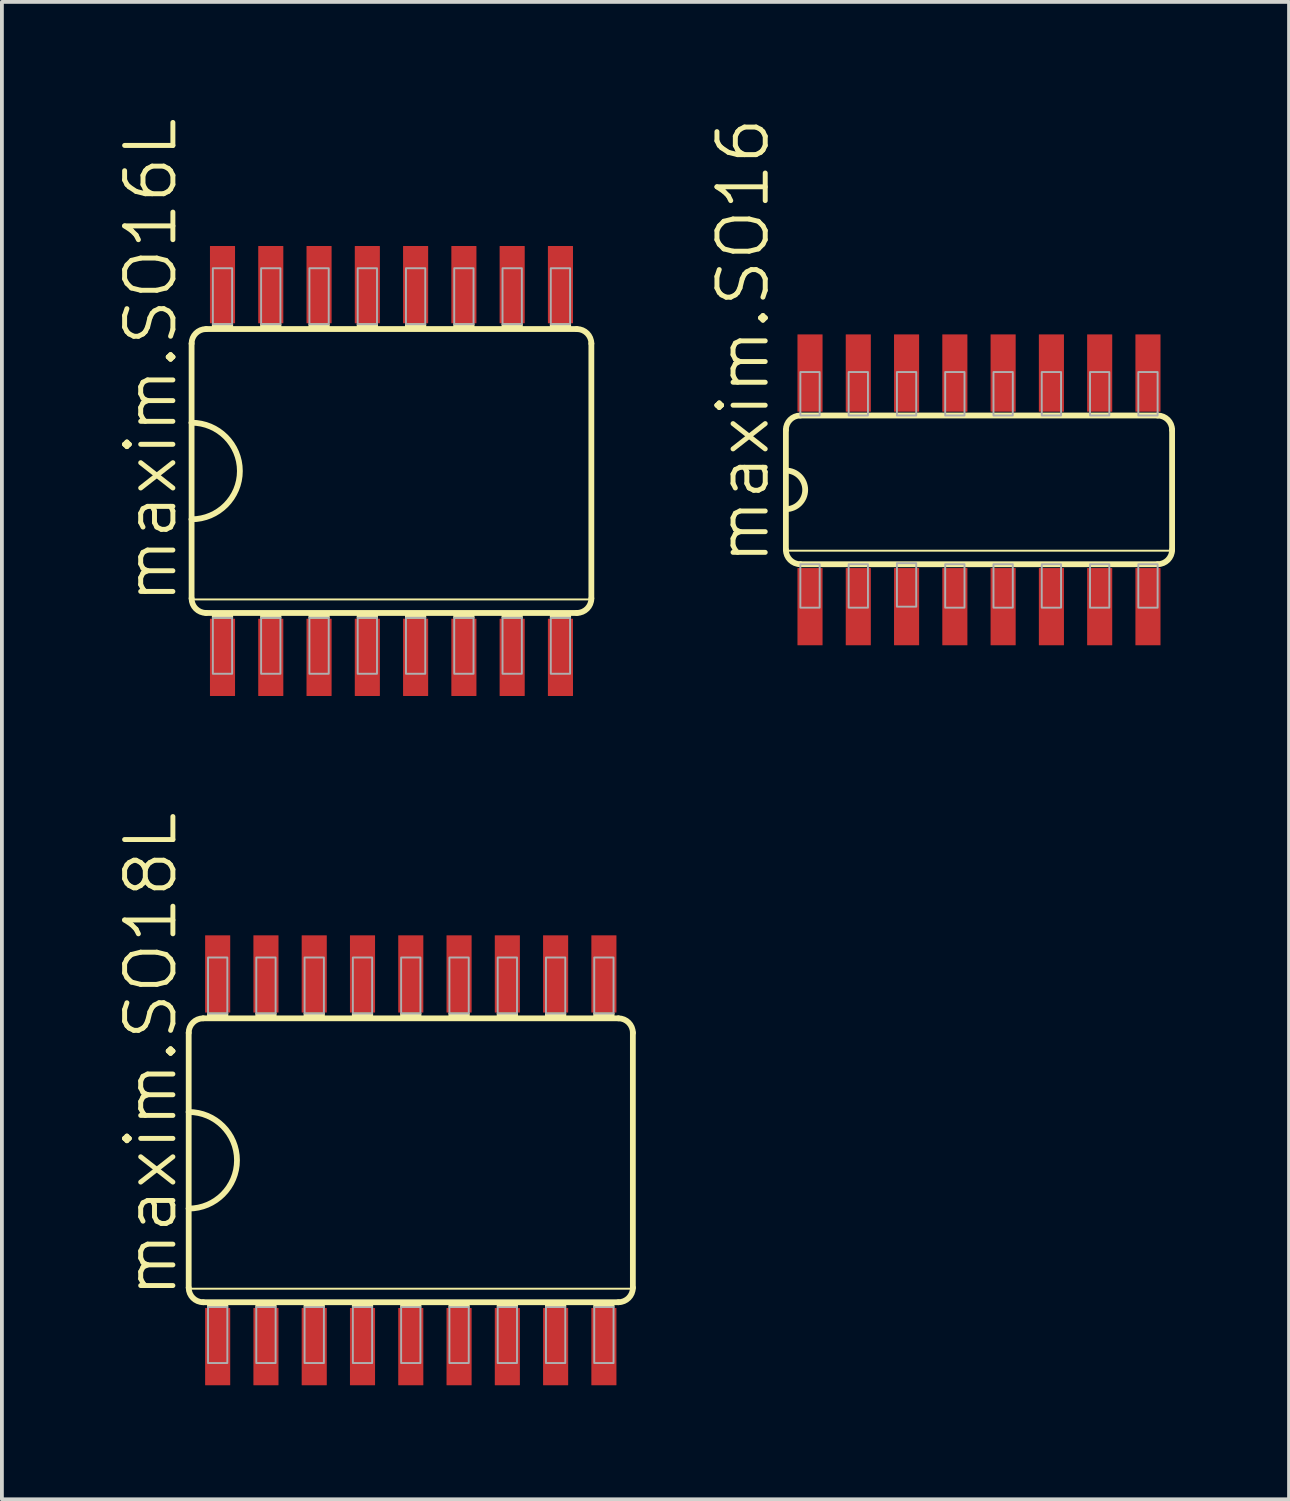
<source format=kicad_pcb>
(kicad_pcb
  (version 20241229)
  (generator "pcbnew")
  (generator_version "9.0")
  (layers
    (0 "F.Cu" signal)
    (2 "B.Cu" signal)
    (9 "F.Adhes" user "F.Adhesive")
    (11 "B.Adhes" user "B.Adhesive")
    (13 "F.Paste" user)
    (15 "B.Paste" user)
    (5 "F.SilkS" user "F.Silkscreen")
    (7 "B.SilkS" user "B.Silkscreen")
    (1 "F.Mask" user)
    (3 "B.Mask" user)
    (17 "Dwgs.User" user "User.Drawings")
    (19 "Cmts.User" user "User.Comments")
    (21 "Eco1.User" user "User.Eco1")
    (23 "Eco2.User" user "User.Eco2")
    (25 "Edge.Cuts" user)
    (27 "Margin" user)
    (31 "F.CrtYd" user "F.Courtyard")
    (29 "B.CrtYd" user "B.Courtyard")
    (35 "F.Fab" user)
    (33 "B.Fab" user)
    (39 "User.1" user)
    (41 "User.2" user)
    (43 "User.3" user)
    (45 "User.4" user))
  (footprint "maxim.SO18L"
    (layer "F.Cu")
    (at 7.756 27.472)
    (property "Reference" "maxim.SO18L" (at -6.096 3.683 90) (layer "F.SilkS") (effects (font (size 1.27 1.27) (thickness 0.13)) (justify left bottom)))
    (attr smd)
    (fp_line (start -5.842 -3.353) (end -5.842 -1.27) (stroke (width 0.152) (type default)) (layer "F.SilkS"))
    (fp_line (start -5.842 -1.27) (end -5.842 1.27) (stroke (width 0.152) (type default)) (layer "F.SilkS"))
    (fp_line (start -5.842 1.27) (end -5.842 3.353) (stroke (width 0.152) (type default)) (layer "F.SilkS"))
    (fp_line (start -5.842 3.378) (end 5.842 3.378) (stroke (width 0.051) (type default)) (layer "F.SilkS"))
    (fp_line (start -5.461 3.734) (end 5.461 3.734) (stroke (width 0.152) (type default)) (layer "F.SilkS"))
    (fp_line (start 5.461 -3.734) (end -5.461 -3.734) (stroke (width 0.152) (type default)) (layer "F.SilkS"))
    (fp_line (start 5.842 3.353) (end 5.842 -3.353) (stroke (width 0.152) (type default)) (layer "F.SilkS"))
    (fp_rect (start -5.334 -3.734) (end -4.826 -3.861) (stroke (width 0.05) (type default)) (fill yes) (layer "F.SilkS"))
    (fp_rect (start -5.334 3.861) (end -4.826 3.734) (stroke (width 0.05) (type default)) (fill yes) (layer "F.SilkS"))
    (fp_rect (start -4.064 -3.734) (end -3.556 -3.861) (stroke (width 0.05) (type default)) (fill yes) (layer "F.SilkS"))
    (fp_rect (start -4.064 3.861) (end -3.556 3.734) (stroke (width 0.05) (type default)) (fill yes) (layer "F.SilkS"))
    (fp_rect (start -2.794 -3.734) (end -2.286 -3.861) (stroke (width 0.05) (type default)) (fill yes) (layer "F.SilkS"))
    (fp_rect (start -2.794 3.861) (end -2.286 3.734) (stroke (width 0.05) (type default)) (fill yes) (layer "F.SilkS"))
    (fp_rect (start -1.524 -3.734) (end -1.016 -3.861) (stroke (width 0.05) (type default)) (fill yes) (layer "F.SilkS"))
    (fp_rect (start -1.524 3.861) (end -1.016 3.734) (stroke (width 0.05) (type default)) (fill yes) (layer "F.SilkS"))
    (fp_rect (start -0.254 -3.734) (end 0.254 -3.861) (stroke (width 0.05) (type default)) (fill yes) (layer "F.SilkS"))
    (fp_rect (start -0.254 3.861) (end 0.254 3.734) (stroke (width 0.05) (type default)) (fill yes) (layer "F.SilkS"))
    (fp_rect (start 1.016 -3.734) (end 1.524 -3.861) (stroke (width 0.05) (type default)) (fill yes) (layer "F.SilkS"))
    (fp_rect (start 1.016 3.861) (end 1.524 3.734) (stroke (width 0.05) (type default)) (fill yes) (layer "F.SilkS"))
    (fp_rect (start 2.286 -3.734) (end 2.794 -3.861) (stroke (width 0.05) (type default)) (fill yes) (layer "F.SilkS"))
    (fp_rect (start 2.286 3.861) (end 2.794 3.734) (stroke (width 0.05) (type default)) (fill yes) (layer "F.SilkS"))
    (fp_rect (start 3.556 -3.734) (end 4.064 -3.861) (stroke (width 0.05) (type default)) (fill yes) (layer "F.SilkS"))
    (fp_rect (start 3.556 3.861) (end 4.064 3.734) (stroke (width 0.05) (type default)) (fill yes) (layer "F.SilkS"))
    (fp_rect (start 4.826 -3.734) (end 5.334 -3.861) (stroke (width 0.05) (type default)) (fill yes) (layer "F.SilkS"))
    (fp_rect (start 4.826 3.861) (end 5.334 3.734) (stroke (width 0.05) (type default)) (fill yes) (layer "F.SilkS"))
    (fp_arc (start -5.842 -3.3528) (mid -5.730408 -3.622208) (end -5.461 -3.7338) (stroke (width 0.1524) (type default)) (layer "F.SilkS"))
    (fp_arc (start -5.842 -1.27) (mid -4.572 0) (end -5.842 1.27) (stroke (width 0.1524) (type default)) (layer "F.SilkS"))
    (fp_arc (start -5.461 3.7338) (mid -5.730408 3.622208) (end -5.842 3.3528) (stroke (width 0.1524) (type default)) (layer "F.SilkS"))
    (fp_arc (start 5.461 -3.7338) (mid 5.730408 -3.622208) (end 5.842 -3.3528) (stroke (width 0.1524) (type default)) (layer "F.SilkS"))
    (fp_arc (start 5.842 3.3528) (mid 5.730408 3.622208) (end 5.461 3.7338) (stroke (width 0.1524) (type default)) (layer "F.SilkS"))
    (fp_rect (start -5.334 -3.861) (end -4.826 -5.334) (stroke (width 0.05) (type default)) (fill no) (layer "F.Fab"))
    (fp_rect (start -5.334 5.334) (end -4.826 3.861) (stroke (width 0.05) (type default)) (fill no) (layer "F.Fab"))
    (fp_rect (start -4.064 -3.861) (end -3.556 -5.334) (stroke (width 0.05) (type default)) (fill no) (layer "F.Fab"))
    (fp_rect (start -4.064 5.334) (end -3.556 3.861) (stroke (width 0.05) (type default)) (fill no) (layer "F.Fab"))
    (fp_rect (start -2.794 -3.861) (end -2.286 -5.334) (stroke (width 0.05) (type default)) (fill no) (layer "F.Fab"))
    (fp_rect (start -2.794 5.334) (end -2.286 3.861) (stroke (width 0.05) (type default)) (fill no) (layer "F.Fab"))
    (fp_rect (start -1.524 -3.861) (end -1.016 -5.334) (stroke (width 0.05) (type default)) (fill no) (layer "F.Fab"))
    (fp_rect (start -1.524 5.334) (end -1.016 3.861) (stroke (width 0.05) (type default)) (fill no) (layer "F.Fab"))
    (fp_rect (start -0.254 -3.861) (end 0.254 -5.334) (stroke (width 0.05) (type default)) (fill no) (layer "F.Fab"))
    (fp_rect (start -0.254 5.334) (end 0.254 3.861) (stroke (width 0.05) (type default)) (fill no) (layer "F.Fab"))
    (fp_rect (start 1.016 -3.861) (end 1.524 -5.334) (stroke (width 0.05) (type default)) (fill no) (layer "F.Fab"))
    (fp_rect (start 1.016 5.334) (end 1.524 3.861) (stroke (width 0.05) (type default)) (fill no) (layer "F.Fab"))
    (fp_rect (start 2.286 -3.861) (end 2.794 -5.334) (stroke (width 0.05) (type default)) (fill no) (layer "F.Fab"))
    (fp_rect (start 2.286 5.334) (end 2.794 3.861) (stroke (width 0.05) (type default)) (fill no) (layer "F.Fab"))
    (fp_rect (start 3.556 -3.861) (end 4.064 -5.334) (stroke (width 0.05) (type default)) (fill no) (layer "F.Fab"))
    (fp_rect (start 3.556 5.334) (end 4.064 3.861) (stroke (width 0.05) (type default)) (fill no) (layer "F.Fab"))
    (fp_rect (start 4.826 -3.861) (end 5.334 -5.334) (stroke (width 0.05) (type default)) (fill no) (layer "F.Fab"))
    (fp_rect (start 4.826 5.334) (end 5.334 3.861) (stroke (width 0.05) (type default)) (fill no) (layer "F.Fab"))
    (pad "1" smd roundrect (at -5.08 4.902) (size 0.66 2.032) (layers "F.Cu" "F.Mask" "F.Paste") (roundrect_rratio 0.01))
    (pad "2" smd roundrect (at -3.81 4.902) (size 0.66 2.032) (layers "F.Cu" "F.Mask" "F.Paste") (roundrect_rratio 0.01))
    (pad "3" smd roundrect (at -2.54 4.902) (size 0.66 2.032) (layers "F.Cu" "F.Mask" "F.Paste") (roundrect_rratio 0.01))
    (pad "4" smd roundrect (at -1.27 4.902) (size 0.66 2.032) (layers "F.Cu" "F.Mask" "F.Paste") (roundrect_rratio 0.01))
    (pad "5" smd roundrect (at 0 4.902) (size 0.66 2.032) (layers "F.Cu" "F.Mask" "F.Paste") (roundrect_rratio 0.01))
    (pad "6" smd roundrect (at 1.27 4.902) (size 0.66 2.032) (layers "F.Cu" "F.Mask" "F.Paste") (roundrect_rratio 0.01))
    (pad "7" smd roundrect (at 2.54 4.902) (size 0.66 2.032) (layers "F.Cu" "F.Mask" "F.Paste") (roundrect_rratio 0.01))
    (pad "8" smd roundrect (at 3.81 4.902) (size 0.66 2.032) (layers "F.Cu" "F.Mask" "F.Paste") (roundrect_rratio 0.01))
    (pad "9" smd roundrect (at 5.08 4.902) (size 0.66 2.032) (layers "F.Cu" "F.Mask" "F.Paste") (roundrect_rratio 0.01))
    (pad "10" smd roundrect (at 5.08 -4.902) (size 0.66 2.032) (layers "F.Cu" "F.Mask" "F.Paste") (roundrect_rratio 0.01))
    (pad "11" smd roundrect (at 3.81 -4.902) (size 0.66 2.032) (layers "F.Cu" "F.Mask" "F.Paste") (roundrect_rratio 0.01))
    (pad "12" smd roundrect (at 2.54 -4.902) (size 0.66 2.032) (layers "F.Cu" "F.Mask" "F.Paste") (roundrect_rratio 0.01))
    (pad "13" smd roundrect (at 1.27 -4.902) (size 0.66 2.032) (layers "F.Cu" "F.Mask" "F.Paste") (roundrect_rratio 0.01))
    (pad "14" smd roundrect (at 0 -4.902) (size 0.66 2.032) (layers "F.Cu" "F.Mask" "F.Paste") (roundrect_rratio 0.01))
    (pad "15" smd roundrect (at -1.27 -4.902) (size 0.66 2.032) (layers "F.Cu" "F.Mask" "F.Paste") (roundrect_rratio 0.01))
    (pad "16" smd roundrect (at -2.54 -4.902) (size 0.66 2.032) (layers "F.Cu" "F.Mask" "F.Paste") (roundrect_rratio 0.01))
    (pad "17" smd roundrect (at -3.81 -4.902) (size 0.66 2.032) (layers "F.Cu" "F.Mask" "F.Paste") (roundrect_rratio 0.01))
    (pad "18" smd roundrect (at -5.08 -4.902) (size 0.66 2.032) (layers "F.Cu" "F.Mask" "F.Paste") (roundrect_rratio 0.01)))
  (footprint "maxim.SO16L"
    (layer "F.Cu")
    (at 7.248 9.34)
    (property "Reference" "maxim.SO16L" (at -5.588 3.556 90) (layer "F.SilkS") (effects (font (size 1.27 1.27) (thickness 0.13)) (justify left bottom)))
    (attr smd)
    (fp_line (start -5.258 -3.353) (end -5.258 -1.27) (stroke (width 0.152) (type default)) (layer "F.SilkS"))
    (fp_line (start -5.258 -1.27) (end -5.258 1.27) (stroke (width 0.152) (type default)) (layer "F.SilkS"))
    (fp_line (start -5.258 1.27) (end -5.258 3.353) (stroke (width 0.152) (type default)) (layer "F.SilkS"))
    (fp_line (start -5.207 3.378) (end 5.232 3.378) (stroke (width 0.051) (type default)) (layer "F.SilkS"))
    (fp_line (start -4.877 3.734) (end 4.877 3.734) (stroke (width 0.152) (type default)) (layer "F.SilkS"))
    (fp_line (start 4.877 -3.734) (end -4.877 -3.734) (stroke (width 0.152) (type default)) (layer "F.SilkS"))
    (fp_line (start 5.258 3.353) (end 5.258 -3.353) (stroke (width 0.152) (type default)) (layer "F.SilkS"))
    (fp_rect (start -4.699 -3.734) (end -4.191 -3.861) (stroke (width 0.05) (type default)) (fill yes) (layer "F.SilkS"))
    (fp_rect (start -4.699 3.861) (end -4.191 3.734) (stroke (width 0.05) (type default)) (fill yes) (layer "F.SilkS"))
    (fp_rect (start -3.429 -3.734) (end -2.921 -3.861) (stroke (width 0.05) (type default)) (fill yes) (layer "F.SilkS"))
    (fp_rect (start -3.429 3.861) (end -2.921 3.734) (stroke (width 0.05) (type default)) (fill yes) (layer "F.SilkS"))
    (fp_rect (start -2.159 -3.734) (end -1.651 -3.861) (stroke (width 0.05) (type default)) (fill yes) (layer "F.SilkS"))
    (fp_rect (start -2.159 3.861) (end -1.651 3.734) (stroke (width 0.05) (type default)) (fill yes) (layer "F.SilkS"))
    (fp_rect (start -0.889 -3.734) (end -0.381 -3.861) (stroke (width 0.05) (type default)) (fill yes) (layer "F.SilkS"))
    (fp_rect (start -0.889 3.861) (end -0.381 3.734) (stroke (width 0.05) (type default)) (fill yes) (layer "F.SilkS"))
    (fp_rect (start 0.381 -3.734) (end 0.889 -3.861) (stroke (width 0.05) (type default)) (fill yes) (layer "F.SilkS"))
    (fp_rect (start 0.381 3.861) (end 0.889 3.734) (stroke (width 0.05) (type default)) (fill yes) (layer "F.SilkS"))
    (fp_rect (start 1.651 -3.734) (end 2.159 -3.861) (stroke (width 0.05) (type default)) (fill yes) (layer "F.SilkS"))
    (fp_rect (start 1.651 3.861) (end 2.159 3.734) (stroke (width 0.05) (type default)) (fill yes) (layer "F.SilkS"))
    (fp_rect (start 2.921 -3.734) (end 3.429 -3.861) (stroke (width 0.05) (type default)) (fill yes) (layer "F.SilkS"))
    (fp_rect (start 2.921 3.861) (end 3.429 3.734) (stroke (width 0.05) (type default)) (fill yes) (layer "F.SilkS"))
    (fp_rect (start 4.191 -3.734) (end 4.699 -3.861) (stroke (width 0.05) (type default)) (fill yes) (layer "F.SilkS"))
    (fp_rect (start 4.191 3.861) (end 4.699 3.734) (stroke (width 0.05) (type default)) (fill yes) (layer "F.SilkS"))
    (fp_arc (start -5.2578 -3.3528) (mid -5.146208 -3.622208) (end -4.8768 -3.7338) (stroke (width 0.1524) (type default)) (layer "F.SilkS"))
    (fp_arc (start -5.2578 -1.27) (mid -3.9878 0) (end -5.2578 1.27) (stroke (width 0.1524) (type default)) (layer "F.SilkS"))
    (fp_arc (start -4.8768 3.7338) (mid -5.146208 3.622208) (end -5.2578 3.3528) (stroke (width 0.1524) (type default)) (layer "F.SilkS"))
    (fp_arc (start 4.8768 -3.7338) (mid 5.146208 -3.622208) (end 5.2578 -3.3528) (stroke (width 0.1524) (type default)) (layer "F.SilkS"))
    (fp_arc (start 5.2578 3.3528) (mid 5.146208 3.622208) (end 4.8768 3.7338) (stroke (width 0.1524) (type default)) (layer "F.SilkS"))
    (fp_rect (start -4.699 -3.861) (end -4.191 -5.334) (stroke (width 0.05) (type default)) (fill no) (layer "F.Fab"))
    (fp_rect (start -4.699 5.334) (end -4.191 3.861) (stroke (width 0.05) (type default)) (fill no) (layer "F.Fab"))
    (fp_rect (start -3.429 -3.861) (end -2.921 -5.334) (stroke (width 0.05) (type default)) (fill no) (layer "F.Fab"))
    (fp_rect (start -3.429 5.334) (end -2.921 3.861) (stroke (width 0.05) (type default)) (fill no) (layer "F.Fab"))
    (fp_rect (start -2.159 -3.861) (end -1.651 -5.334) (stroke (width 0.05) (type default)) (fill no) (layer "F.Fab"))
    (fp_rect (start -2.159 5.334) (end -1.651 3.861) (stroke (width 0.05) (type default)) (fill no) (layer "F.Fab"))
    (fp_rect (start -0.889 -3.861) (end -0.381 -5.334) (stroke (width 0.05) (type default)) (fill no) (layer "F.Fab"))
    (fp_rect (start -0.889 5.334) (end -0.381 3.861) (stroke (width 0.05) (type default)) (fill no) (layer "F.Fab"))
    (fp_rect (start 0.381 -3.861) (end 0.889 -5.334) (stroke (width 0.05) (type default)) (fill no) (layer "F.Fab"))
    (fp_rect (start 0.381 5.334) (end 0.889 3.861) (stroke (width 0.05) (type default)) (fill no) (layer "F.Fab"))
    (fp_rect (start 1.651 -3.861) (end 2.159 -5.334) (stroke (width 0.05) (type default)) (fill no) (layer "F.Fab"))
    (fp_rect (start 1.651 5.334) (end 2.159 3.861) (stroke (width 0.05) (type default)) (fill no) (layer "F.Fab"))
    (fp_rect (start 2.921 -3.861) (end 3.429 -5.334) (stroke (width 0.05) (type default)) (fill no) (layer "F.Fab"))
    (fp_rect (start 2.921 5.334) (end 3.429 3.861) (stroke (width 0.05) (type default)) (fill no) (layer "F.Fab"))
    (fp_rect (start 4.191 -3.861) (end 4.699 -5.334) (stroke (width 0.05) (type default)) (fill no) (layer "F.Fab"))
    (fp_rect (start 4.191 5.334) (end 4.699 3.861) (stroke (width 0.05) (type default)) (fill no) (layer "F.Fab"))
    (pad "1" smd roundrect (at -4.445 4.902) (size 0.66 2.032) (layers "F.Cu" "F.Mask" "F.Paste") (roundrect_rratio 0.01))
    (pad "2" smd roundrect (at -3.175 4.902) (size 0.66 2.032) (layers "F.Cu" "F.Mask" "F.Paste") (roundrect_rratio 0.01))
    (pad "3" smd roundrect (at -1.905 4.902) (size 0.66 2.032) (layers "F.Cu" "F.Mask" "F.Paste") (roundrect_rratio 0.01))
    (pad "4" smd roundrect (at -0.635 4.902) (size 0.66 2.032) (layers "F.Cu" "F.Mask" "F.Paste") (roundrect_rratio 0.01))
    (pad "5" smd roundrect (at 0.635 4.902) (size 0.66 2.032) (layers "F.Cu" "F.Mask" "F.Paste") (roundrect_rratio 0.01))
    (pad "6" smd roundrect (at 1.905 4.902) (size 0.66 2.032) (layers "F.Cu" "F.Mask" "F.Paste") (roundrect_rratio 0.01))
    (pad "7" smd roundrect (at 3.175 4.902) (size 0.66 2.032) (layers "F.Cu" "F.Mask" "F.Paste") (roundrect_rratio 0.01))
    (pad "8" smd roundrect (at 4.445 4.902) (size 0.66 2.032) (layers "F.Cu" "F.Mask" "F.Paste") (roundrect_rratio 0.01))
    (pad "9" smd roundrect (at 4.445 -4.902) (size 0.66 2.032) (layers "F.Cu" "F.Mask" "F.Paste") (roundrect_rratio 0.01))
    (pad "10" smd roundrect (at 3.175 -4.902) (size 0.66 2.032) (layers "F.Cu" "F.Mask" "F.Paste") (roundrect_rratio 0.01))
    (pad "11" smd roundrect (at 1.905 -4.902) (size 0.66 2.032) (layers "F.Cu" "F.Mask" "F.Paste") (roundrect_rratio 0.01))
    (pad "12" smd roundrect (at 0.635 -4.902) (size 0.66 2.032) (layers "F.Cu" "F.Mask" "F.Paste") (roundrect_rratio 0.01))
    (pad "13" smd roundrect (at -0.635 -4.902) (size 0.66 2.032) (layers "F.Cu" "F.Mask" "F.Paste") (roundrect_rratio 0.01))
    (pad "14" smd roundrect (at -1.905 -4.902) (size 0.66 2.032) (layers "F.Cu" "F.Mask" "F.Paste") (roundrect_rratio 0.01))
    (pad "15" smd roundrect (at -3.175 -4.902) (size 0.66 2.032) (layers "F.Cu" "F.Mask" "F.Paste") (roundrect_rratio 0.01))
    (pad "16" smd roundrect (at -4.445 -4.902) (size 0.66 2.032) (layers "F.Cu" "F.Mask" "F.Paste") (roundrect_rratio 0.01)))
  (footprint "maxim.SO16"
    (layer "F.Cu")
    (at 22.703 9.836)
    (property "Reference" "maxim.SO16" (at -5.461 2.032 90) (layer "F.SilkS") (effects (font (size 1.27 1.27) (thickness 0.13)) (justify left bottom)))
    (attr smd)
    (fp_line (start -5.08 -1.575) (end -5.08 -0.508) (stroke (width 0.152) (type default)) (layer "F.SilkS"))
    (fp_line (start -5.08 -0.508) (end -5.08 0.508) (stroke (width 0.152) (type default)) (layer "F.SilkS"))
    (fp_line (start -5.08 0.508) (end -5.08 1.575) (stroke (width 0.152) (type default)) (layer "F.SilkS"))
    (fp_line (start -5.08 1.6) (end 5.08 1.6) (stroke (width 0.051) (type default)) (layer "F.SilkS"))
    (fp_line (start -4.699 1.956) (end 4.699 1.956) (stroke (width 0.152) (type default)) (layer "F.SilkS"))
    (fp_line (start 4.699 -1.956) (end -4.699 -1.956) (stroke (width 0.152) (type default)) (layer "F.SilkS"))
    (fp_line (start 5.08 1.575) (end 5.08 -1.575) (stroke (width 0.152) (type default)) (layer "F.SilkS"))
    (fp_arc (start -5.08 -1.5748) (mid -4.968408 -1.844208) (end -4.699 -1.9558) (stroke (width 0.1524) (type default)) (layer "F.SilkS"))
    (fp_arc (start -5.08 -0.508) (mid -4.572 0) (end -5.08 0.508) (stroke (width 0.1524) (type default)) (layer "F.SilkS"))
    (fp_arc (start -4.699 1.9558) (mid -4.968408 1.844208) (end -5.08 1.5748) (stroke (width 0.1524) (type default)) (layer "F.SilkS"))
    (fp_arc (start 4.699 -1.9558) (mid 4.968408 -1.844208) (end 5.08 -1.5748) (stroke (width 0.1524) (type default)) (layer "F.SilkS"))
    (fp_arc (start 5.08 1.5748) (mid 4.968408 1.844208) (end 4.699 1.9558) (stroke (width 0.1524) (type default)) (layer "F.SilkS"))
    (fp_rect (start -4.699 -1.956) (end -4.191 -3.099) (stroke (width 0.05) (type default)) (fill no) (layer "F.Fab"))
    (fp_rect (start -4.699 3.099) (end -4.191 1.956) (stroke (width 0.05) (type default)) (fill no) (layer "F.Fab"))
    (fp_rect (start -3.429 -1.956) (end -2.921 -3.099) (stroke (width 0.05) (type default)) (fill no) (layer "F.Fab"))
    (fp_rect (start -3.429 3.099) (end -2.921 1.956) (stroke (width 0.05) (type default)) (fill no) (layer "F.Fab"))
    (fp_rect (start -2.159 -1.956) (end -1.651 -3.099) (stroke (width 0.05) (type default)) (fill no) (layer "F.Fab"))
    (fp_rect (start -2.159 3.073) (end -1.651 1.93) (stroke (width 0.05) (type default)) (fill no) (layer "F.Fab"))
    (fp_rect (start -0.889 -1.956) (end -0.381 -3.099) (stroke (width 0.05) (type default)) (fill no) (layer "F.Fab"))
    (fp_rect (start -0.889 3.099) (end -0.381 1.956) (stroke (width 0.05) (type default)) (fill no) (layer "F.Fab"))
    (fp_rect (start 0.381 -1.956) (end 0.889 -3.099) (stroke (width 0.05) (type default)) (fill no) (layer "F.Fab"))
    (fp_rect (start 0.381 3.099) (end 0.889 1.956) (stroke (width 0.05) (type default)) (fill no) (layer "F.Fab"))
    (fp_rect (start 1.651 -1.956) (end 2.159 -3.099) (stroke (width 0.05) (type default)) (fill no) (layer "F.Fab"))
    (fp_rect (start 1.651 3.099) (end 2.159 1.956) (stroke (width 0.05) (type default)) (fill no) (layer "F.Fab"))
    (fp_rect (start 2.921 -1.956) (end 3.429 -3.099) (stroke (width 0.05) (type default)) (fill no) (layer "F.Fab"))
    (fp_rect (start 2.921 3.099) (end 3.429 1.956) (stroke (width 0.05) (type default)) (fill no) (layer "F.Fab"))
    (fp_rect (start 4.191 -1.956) (end 4.699 -3.099) (stroke (width 0.05) (type default)) (fill no) (layer "F.Fab"))
    (fp_rect (start 4.191 3.099) (end 4.699 1.956) (stroke (width 0.05) (type default)) (fill no) (layer "F.Fab"))
    (pad "1" smd roundrect (at -4.445 3.073) (size 0.66 2.032) (layers "F.Cu" "F.Mask" "F.Paste") (roundrect_rratio 0.01))
    (pad "2" smd roundrect (at -3.175 3.073) (size 0.66 2.032) (layers "F.Cu" "F.Mask" "F.Paste") (roundrect_rratio 0.01))
    (pad "3" smd roundrect (at -1.905 3.073) (size 0.66 2.032) (layers "F.Cu" "F.Mask" "F.Paste") (roundrect_rratio 0.01))
    (pad "4" smd roundrect (at -0.635 3.073) (size 0.66 2.032) (layers "F.Cu" "F.Mask" "F.Paste") (roundrect_rratio 0.01))
    (pad "5" smd roundrect (at 0.635 3.073) (size 0.66 2.032) (layers "F.Cu" "F.Mask" "F.Paste") (roundrect_rratio 0.01))
    (pad "6" smd roundrect (at 1.905 3.073) (size 0.66 2.032) (layers "F.Cu" "F.Mask" "F.Paste") (roundrect_rratio 0.01))
    (pad "7" smd roundrect (at 3.175 3.073) (size 0.66 2.032) (layers "F.Cu" "F.Mask" "F.Paste") (roundrect_rratio 0.01))
    (pad "8" smd roundrect (at 4.445 3.073) (size 0.66 2.032) (layers "F.Cu" "F.Mask" "F.Paste") (roundrect_rratio 0.01))
    (pad "9" smd roundrect (at 4.445 -3.073) (size 0.66 2.032) (layers "F.Cu" "F.Mask" "F.Paste") (roundrect_rratio 0.01))
    (pad "10" smd roundrect (at 3.175 -3.073) (size 0.66 2.032) (layers "F.Cu" "F.Mask" "F.Paste") (roundrect_rratio 0.01))
    (pad "11" smd roundrect (at 1.905 -3.073) (size 0.66 2.032) (layers "F.Cu" "F.Mask" "F.Paste") (roundrect_rratio 0.01))
    (pad "12" smd roundrect (at 0.635 -3.073) (size 0.66 2.032) (layers "F.Cu" "F.Mask" "F.Paste") (roundrect_rratio 0.01))
    (pad "13" smd roundrect (at -0.635 -3.073) (size 0.66 2.032) (layers "F.Cu" "F.Mask" "F.Paste") (roundrect_rratio 0.01))
    (pad "14" smd roundrect (at -1.905 -3.073) (size 0.66 2.032) (layers "F.Cu" "F.Mask" "F.Paste") (roundrect_rratio 0.01))
    (pad "15" smd roundrect (at -3.175 -3.073) (size 0.66 2.032) (layers "F.Cu" "F.Mask" "F.Paste") (roundrect_rratio 0.01))
    (pad "16" smd roundrect (at -4.445 -3.073) (size 0.66 2.032) (layers "F.Cu" "F.Mask" "F.Paste") (roundrect_rratio 0.01)))
  (gr_rect
    (start -3 -3)
    (end 30.859 36.39)
    (stroke (width 0.1) (type default))
    (fill no)
    (layer "Edge.Cuts")))
</source>
